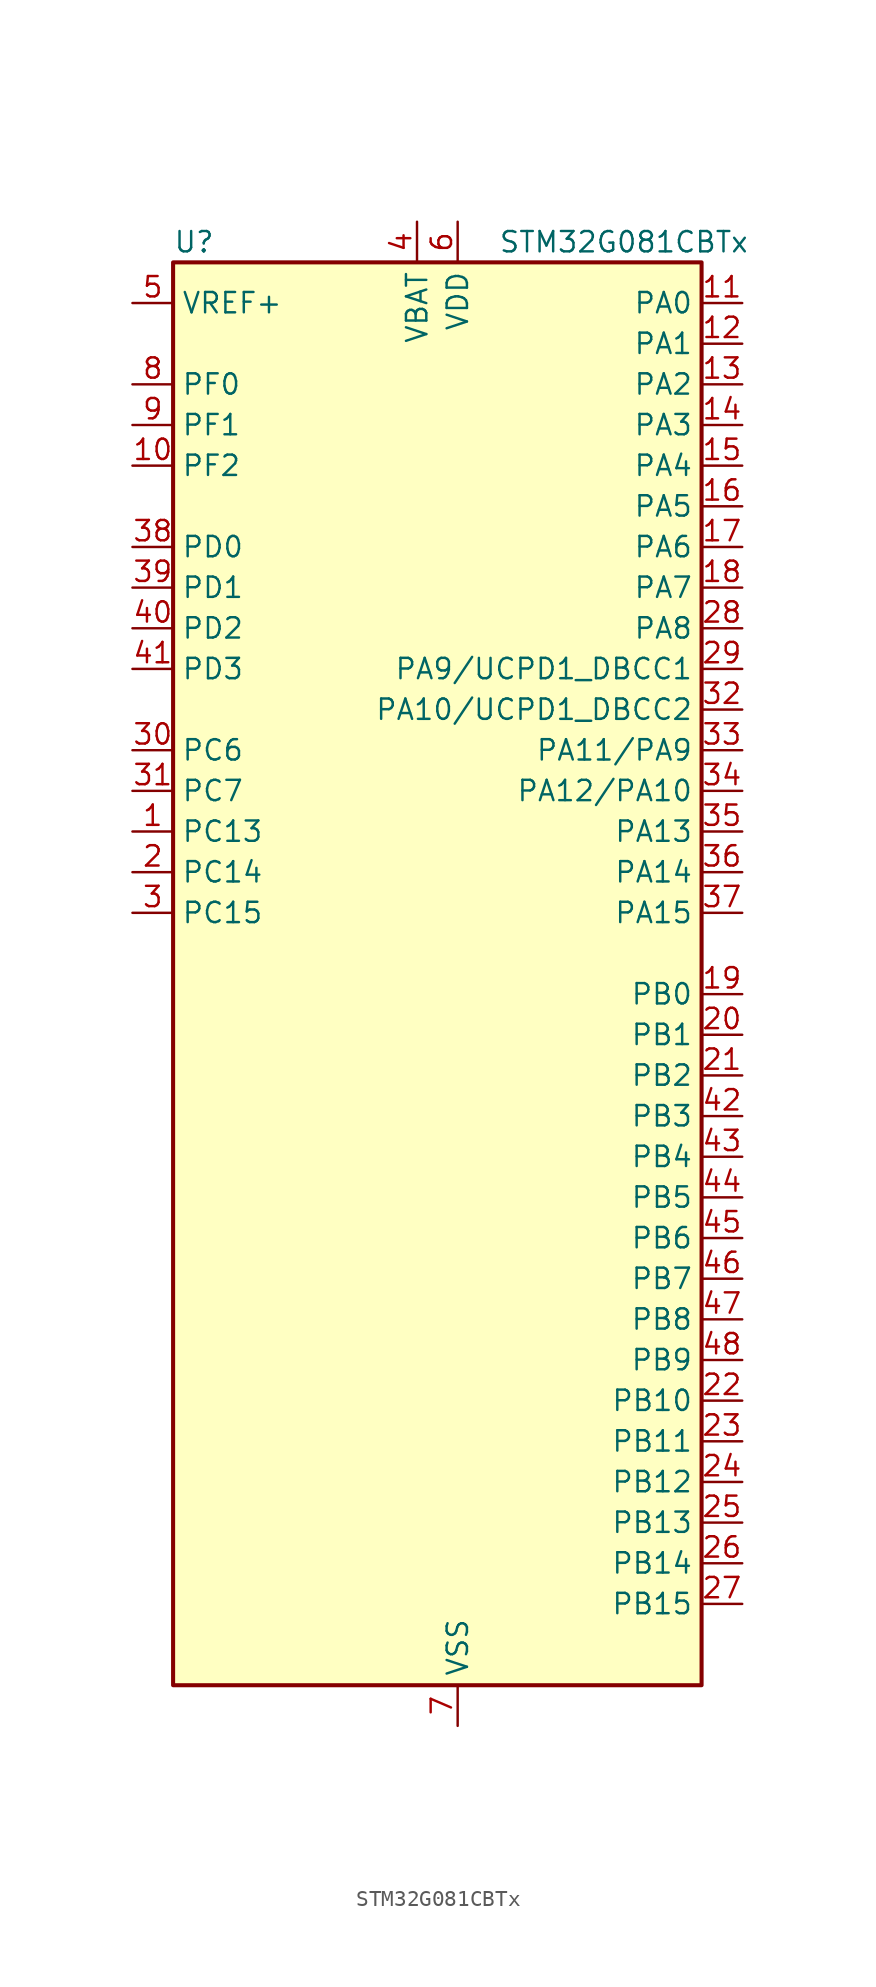
<source format=kicad_sym>
(kicad_symbol_lib
  (version 20220914)
  (generator kicad_symbol_editor)
  (symbol "STM32G081CBTx"
    (property "Reference" "U"
      (at -15.24 46.99 0)
      (effects (font (size 1.27 1.27)) (justify left)))
    (property "Value" "STM32G081CBTx"
      (at 5.08 46.99 0)
      (effects (font (size 1.27 1.27)) (justify left)))
    (property "ki_locked" ""
      (at 0 0 0)
      (effects (font (size 1.27 1.27))))
    (symbol "STM32G081CBTx_0_1"
      (rectangle (start -15.24 -43.18) (end 17.78 45.72) (stroke (width 0.254) (type default)) (fill (type background))))
    (symbol "STM32G081CBTx_1_1"
      (pin bidirectional line (at -17.78 10.16 0) (length 2.54) (name "PC13" (effects (font (size 1.27 1.27)))) (number "1" (effects (font (size 1.27 1.27)))) (alternate "RTC_OUT_ALARM" bidirectional line) (alternate "RTC_OUT_CALIB" bidirectional line) (alternate "RTC_TAMP_IN1" bidirectional line) (alternate "RTC_TS" bidirectional line) (alternate "SYS_WKUP2" bidirectional line) (alternate "TIM1_BK" bidirectional line))
      (pin bidirectional line (at -17.78 33.02 0) (length 2.54) (name "PF2" (effects (font (size 1.27 1.27)))) (number "10" (effects (font (size 1.27 1.27)))) (alternate "RCC_MCO" bidirectional line))
      (pin bidirectional line (at 20.32 43.18 180) (length 2.54) (name "PA0" (effects (font (size 1.27 1.27)))) (number "11" (effects (font (size 1.27 1.27)))) (alternate "ADC1_IN0" bidirectional line) (alternate "COMP1_INM" bidirectional line) (alternate "COMP1_OUT" bidirectional line) (alternate "LPTIM1_OUT" bidirectional line) (alternate "RTC_TAMP_IN2" bidirectional line) (alternate "SPI2_SCK" bidirectional line) (alternate "SYS_WKUP1" bidirectional line) (alternate "TIM2_CH1" bidirectional line) (alternate "TIM2_ETR" bidirectional line) (alternate "UCPD2_FRSTX1" bidirectional line) (alternate "UCPD2_FRSTX2" bidirectional line) (alternate "USART2_CTS" bidirectional line) (alternate "USART2_NSS" bidirectional line) (alternate "USART4_TX" bidirectional line))
      (pin bidirectional line (at 20.32 40.64 180) (length 2.54) (name "PA1" (effects (font (size 1.27 1.27)))) (number "12" (effects (font (size 1.27 1.27)))) (alternate "ADC1_IN1" bidirectional line) (alternate "COMP1_INP" bidirectional line) (alternate "I2C1_SMBA" bidirectional line) (alternate "I2S1_CK" bidirectional line) (alternate "SPI1_SCK" bidirectional line) (alternate "TIM15_CH1N" bidirectional line) (alternate "TIM2_CH2" bidirectional line) (alternate "USART2_CK" bidirectional line) (alternate "USART2_DE" bidirectional line) (alternate "USART2_RTS" bidirectional line) (alternate "USART4_RX" bidirectional line))
      (pin bidirectional line (at 20.32 38.1 180) (length 2.54) (name "PA2" (effects (font (size 1.27 1.27)))) (number "13" (effects (font (size 1.27 1.27)))) (alternate "ADC1_IN2" bidirectional line) (alternate "COMP2_INM" bidirectional line) (alternate "COMP2_OUT" bidirectional line) (alternate "I2S1_SD" bidirectional line) (alternate "LPUART1_TX" bidirectional line) (alternate "RCC_LSCO" bidirectional line) (alternate "SPI1_MOSI" bidirectional line) (alternate "SYS_WKUP4" bidirectional line) (alternate "TIM15_CH1" bidirectional line) (alternate "TIM2_CH3" bidirectional line) (alternate "UCPD1_FRSTX1" bidirectional line) (alternate "UCPD1_FRSTX2" bidirectional line) (alternate "USART2_TX" bidirectional line))
      (pin bidirectional line (at 20.32 35.56 180) (length 2.54) (name "PA3" (effects (font (size 1.27 1.27)))) (number "14" (effects (font (size 1.27 1.27)))) (alternate "ADC1_IN3" bidirectional line) (alternate "COMP2_INP" bidirectional line) (alternate "LPUART1_RX" bidirectional line) (alternate "SPI2_MISO" bidirectional line) (alternate "TIM15_CH2" bidirectional line) (alternate "TIM2_CH4" bidirectional line) (alternate "UCPD2_FRSTX1" bidirectional line) (alternate "UCPD2_FRSTX2" bidirectional line) (alternate "USART2_RX" bidirectional line))
      (pin bidirectional line (at 20.32 33.02 180) (length 2.54) (name "PA4" (effects (font (size 1.27 1.27)))) (number "15" (effects (font (size 1.27 1.27)))) (alternate "ADC1_IN4" bidirectional line) (alternate "DAC1_OUT1" bidirectional line) (alternate "I2S1_WS" bidirectional line) (alternate "LPTIM2_OUT" bidirectional line) (alternate "RTC_OUT_ALARM" bidirectional line) (alternate "RTC_OUT_CALIB" bidirectional line) (alternate "SPI1_NSS" bidirectional line) (alternate "SPI2_MOSI" bidirectional line) (alternate "TIM14_CH1" bidirectional line) (alternate "UCPD2_FRSTX1" bidirectional line) (alternate "UCPD2_FRSTX2" bidirectional line))
      (pin bidirectional line (at 20.32 30.48 180) (length 2.54) (name "PA5" (effects (font (size 1.27 1.27)))) (number "16" (effects (font (size 1.27 1.27)))) (alternate "ADC1_IN5" bidirectional line) (alternate "CEC" bidirectional line) (alternate "DAC1_OUT2" bidirectional line) (alternate "I2S1_CK" bidirectional line) (alternate "LPTIM2_ETR" bidirectional line) (alternate "SPI1_SCK" bidirectional line) (alternate "TIM2_CH1" bidirectional line) (alternate "TIM2_ETR" bidirectional line) (alternate "UCPD1_FRSTX1" bidirectional line) (alternate "UCPD1_FRSTX2" bidirectional line) (alternate "USART3_TX" bidirectional line))
      (pin bidirectional line (at 20.32 27.94 180) (length 2.54) (name "PA6" (effects (font (size 1.27 1.27)))) (number "17" (effects (font (size 1.27 1.27)))) (alternate "ADC1_IN6" bidirectional line) (alternate "COMP1_OUT" bidirectional line) (alternate "I2S1_MCK" bidirectional line) (alternate "LPUART1_CTS" bidirectional line) (alternate "SPI1_MISO" bidirectional line) (alternate "TIM16_CH1" bidirectional line) (alternate "TIM1_BK" bidirectional line) (alternate "TIM3_CH1" bidirectional line) (alternate "USART3_CTS" bidirectional line) (alternate "USART3_NSS" bidirectional line))
      (pin bidirectional line (at 20.32 25.4 180) (length 2.54) (name "PA7" (effects (font (size 1.27 1.27)))) (number "18" (effects (font (size 1.27 1.27)))) (alternate "ADC1_IN7" bidirectional line) (alternate "COMP2_OUT" bidirectional line) (alternate "I2S1_SD" bidirectional line) (alternate "SPI1_MOSI" bidirectional line) (alternate "TIM14_CH1" bidirectional line) (alternate "TIM17_CH1" bidirectional line) (alternate "TIM1_CH1N" bidirectional line) (alternate "TIM3_CH2" bidirectional line) (alternate "UCPD1_FRSTX1" bidirectional line) (alternate "UCPD1_FRSTX2" bidirectional line))
      (pin bidirectional line (at 20.32 0 180) (length 2.54) (name "PB0" (effects (font (size 1.27 1.27)))) (number "19" (effects (font (size 1.27 1.27)))) (alternate "ADC1_IN8" bidirectional line) (alternate "COMP1_OUT" bidirectional line) (alternate "I2S1_WS" bidirectional line) (alternate "LPTIM1_OUT" bidirectional line) (alternate "SPI1_NSS" bidirectional line) (alternate "TIM1_CH2N" bidirectional line) (alternate "TIM3_CH3" bidirectional line) (alternate "UCPD1_FRSTX1" bidirectional line) (alternate "UCPD1_FRSTX2" bidirectional line) (alternate "USART3_RX" bidirectional line))
      (pin bidirectional line (at -17.78 7.62 0) (length 2.54) (name "PC14" (effects (font (size 1.27 1.27)))) (number "2" (effects (font (size 1.27 1.27)))) (alternate "RCC_OSC32_IN" bidirectional line) (alternate "TIM1_BK2" bidirectional line))
      (pin bidirectional line (at 20.32 -2.54 180) (length 2.54) (name "PB1" (effects (font (size 1.27 1.27)))) (number "20" (effects (font (size 1.27 1.27)))) (alternate "ADC1_IN9" bidirectional line) (alternate "COMP1_INM" bidirectional line) (alternate "LPTIM2_IN1" bidirectional line) (alternate "LPUART1_DE" bidirectional line) (alternate "LPUART1_RTS" bidirectional line) (alternate "TIM14_CH1" bidirectional line) (alternate "TIM1_CH3N" bidirectional line) (alternate "TIM3_CH4" bidirectional line) (alternate "USART3_CK" bidirectional line) (alternate "USART3_DE" bidirectional line) (alternate "USART3_RTS" bidirectional line))
      (pin bidirectional line (at 20.32 -5.08 180) (length 2.54) (name "PB2" (effects (font (size 1.27 1.27)))) (number "21" (effects (font (size 1.27 1.27)))) (alternate "ADC1_IN10" bidirectional line) (alternate "COMP1_INP" bidirectional line) (alternate "LPTIM1_OUT" bidirectional line) (alternate "SPI2_MISO" bidirectional line) (alternate "USART3_TX" bidirectional line))
      (pin bidirectional line (at 20.32 -25.4 180) (length 2.54) (name "PB10" (effects (font (size 1.27 1.27)))) (number "22" (effects (font (size 1.27 1.27)))) (alternate "ADC1_IN11" bidirectional line) (alternate "CEC" bidirectional line) (alternate "COMP1_OUT" bidirectional line) (alternate "I2C2_SCL" bidirectional line) (alternate "LPUART1_RX" bidirectional line) (alternate "SPI2_SCK" bidirectional line) (alternate "TIM2_CH3" bidirectional line) (alternate "USART3_TX" bidirectional line))
      (pin bidirectional line (at 20.32 -27.94 180) (length 2.54) (name "PB11" (effects (font (size 1.27 1.27)))) (number "23" (effects (font (size 1.27 1.27)))) (alternate "ADC1_EXTI11" bidirectional line) (alternate "ADC1_IN15" bidirectional line) (alternate "COMP2_OUT" bidirectional line) (alternate "I2C2_SDA" bidirectional line) (alternate "LPUART1_TX" bidirectional line) (alternate "SPI2_MOSI" bidirectional line) (alternate "TIM2_CH4" bidirectional line) (alternate "USART3_RX" bidirectional line))
      (pin bidirectional line (at 20.32 -30.48 180) (length 2.54) (name "PB12" (effects (font (size 1.27 1.27)))) (number "24" (effects (font (size 1.27 1.27)))) (alternate "ADC1_IN16" bidirectional line) (alternate "LPUART1_DE" bidirectional line) (alternate "LPUART1_RTS" bidirectional line) (alternate "SPI2_NSS" bidirectional line) (alternate "TIM15_BK" bidirectional line) (alternate "TIM1_BK" bidirectional line) (alternate "UCPD2_FRSTX1" bidirectional line) (alternate "UCPD2_FRSTX2" bidirectional line))
      (pin bidirectional line (at 20.32 -33.02 180) (length 2.54) (name "PB13" (effects (font (size 1.27 1.27)))) (number "25" (effects (font (size 1.27 1.27)))) (alternate "I2C2_SCL" bidirectional line) (alternate "LPUART1_CTS" bidirectional line) (alternate "SPI2_SCK" bidirectional line) (alternate "TIM15_CH1N" bidirectional line) (alternate "TIM1_CH1N" bidirectional line) (alternate "USART3_CTS" bidirectional line) (alternate "USART3_NSS" bidirectional line))
      (pin bidirectional line (at 20.32 -35.56 180) (length 2.54) (name "PB14" (effects (font (size 1.27 1.27)))) (number "26" (effects (font (size 1.27 1.27)))) (alternate "I2C2_SDA" bidirectional line) (alternate "SPI2_MISO" bidirectional line) (alternate "TIM15_CH1" bidirectional line) (alternate "TIM1_CH2N" bidirectional line) (alternate "UCPD1_FRSTX1" bidirectional line) (alternate "UCPD1_FRSTX2" bidirectional line) (alternate "USART3_CK" bidirectional line) (alternate "USART3_DE" bidirectional line) (alternate "USART3_RTS" bidirectional line))
      (pin bidirectional line (at 20.32 -38.1 180) (length 2.54) (name "PB15" (effects (font (size 1.27 1.27)))) (number "27" (effects (font (size 1.27 1.27)))) (alternate "RTC_REFIN" bidirectional line) (alternate "SPI2_MOSI" bidirectional line) (alternate "TIM15_CH1N" bidirectional line) (alternate "TIM15_CH2" bidirectional line) (alternate "TIM1_CH3N" bidirectional line) (alternate "UCPD1_CC2" bidirectional line))
      (pin bidirectional line (at 20.32 22.86 180) (length 2.54) (name "PA8" (effects (font (size 1.27 1.27)))) (number "28" (effects (font (size 1.27 1.27)))) (alternate "LPTIM2_OUT" bidirectional line) (alternate "RCC_MCO" bidirectional line) (alternate "SPI2_NSS" bidirectional line) (alternate "TIM1_CH1" bidirectional line) (alternate "UCPD1_CC1" bidirectional line))
      (pin bidirectional line (at 20.32 20.32 180) (length 2.54) (name "PA9/UCPD1_DBCC1" (effects (font (size 1.27 1.27)))) (number "29" (effects (font (size 1.27 1.27)))) (alternate "DAC1_EXTI9" bidirectional line) (alternate "I2C1_SCL" bidirectional line) (alternate "RCC_MCO" bidirectional line) (alternate "SPI2_MISO" bidirectional line) (alternate "TIM15_BK" bidirectional line) (alternate "TIM1_CH2" bidirectional line) (alternate "UCPD1_DBCC1" bidirectional line) (alternate "USART1_TX" bidirectional line))
      (pin bidirectional line (at -17.78 5.08 0) (length 2.54) (name "PC15" (effects (font (size 1.27 1.27)))) (number "3" (effects (font (size 1.27 1.27)))) (alternate "RCC_OSC32_EN" bidirectional line) (alternate "RCC_OSC32_OUT" bidirectional line) (alternate "RCC_OSC_EN" bidirectional line) (alternate "TIM15_BK" bidirectional line))
      (pin bidirectional line (at -17.78 15.24 0) (length 2.54) (name "PC6" (effects (font (size 1.27 1.27)))) (number "30" (effects (font (size 1.27 1.27)))) (alternate "TIM2_CH3" bidirectional line) (alternate "TIM3_CH1" bidirectional line) (alternate "UCPD1_FRSTX1" bidirectional line) (alternate "UCPD1_FRSTX2" bidirectional line))
      (pin bidirectional line (at -17.78 12.7 0) (length 2.54) (name "PC7" (effects (font (size 1.27 1.27)))) (number "31" (effects (font (size 1.27 1.27)))) (alternate "TIM2_CH4" bidirectional line) (alternate "TIM3_CH2" bidirectional line) (alternate "UCPD2_FRSTX1" bidirectional line) (alternate "UCPD2_FRSTX2" bidirectional line))
      (pin bidirectional line (at 20.32 17.78 180) (length 2.54) (name "PA10/UCPD1_DBCC2" (effects (font (size 1.27 1.27)))) (number "32" (effects (font (size 1.27 1.27)))) (alternate "I2C1_SDA" bidirectional line) (alternate "SPI2_MOSI" bidirectional line) (alternate "TIM17_BK" bidirectional line) (alternate "TIM1_CH3" bidirectional line) (alternate "UCPD1_DBCC2" bidirectional line) (alternate "USART1_RX" bidirectional line))
      (pin bidirectional line (at 20.32 15.24 180) (length 2.54) (name "PA11/PA9" (effects (font (size 1.27 1.27)))) (number "33" (effects (font (size 1.27 1.27)))) (alternate "ADC1_EXTI11" bidirectional line) (alternate "COMP1_OUT" bidirectional line) (alternate "I2C2_SCL" bidirectional line) (alternate "I2S1_MCK" bidirectional line) (alternate "SPI1_MISO" bidirectional line) (alternate "TIM1_BK2" bidirectional line) (alternate "TIM1_CH4" bidirectional line) (alternate "USART1_CTS" bidirectional line) (alternate "USART1_NSS" bidirectional line))
      (pin bidirectional line (at 20.32 12.7 180) (length 2.54) (name "PA12/PA10" (effects (font (size 1.27 1.27)))) (number "34" (effects (font (size 1.27 1.27)))) (alternate "COMP2_OUT" bidirectional line) (alternate "I2C2_SDA" bidirectional line) (alternate "I2S1_SD" bidirectional line) (alternate "I2S_CKIN" bidirectional line) (alternate "SPI1_MOSI" bidirectional line) (alternate "TIM1_ETR" bidirectional line) (alternate "USART1_CK" bidirectional line) (alternate "USART1_DE" bidirectional line) (alternate "USART1_RTS" bidirectional line))
      (pin bidirectional line (at 20.32 10.16 180) (length 2.54) (name "PA13" (effects (font (size 1.27 1.27)))) (number "35" (effects (font (size 1.27 1.27)))) (alternate "IR_OUT" bidirectional line) (alternate "SYS_SWDIO" bidirectional line))
      (pin bidirectional line (at 20.32 7.62 180) (length 2.54) (name "PA14" (effects (font (size 1.27 1.27)))) (number "36" (effects (font (size 1.27 1.27)))) (alternate "SYS_SWCLK" bidirectional line) (alternate "USART2_TX" bidirectional line))
      (pin bidirectional line (at 20.32 5.08 180) (length 2.54) (name "PA15" (effects (font (size 1.27 1.27)))) (number "37" (effects (font (size 1.27 1.27)))) (alternate "I2S1_WS" bidirectional line) (alternate "SPI1_NSS" bidirectional line) (alternate "TIM2_CH1" bidirectional line) (alternate "TIM2_ETR" bidirectional line) (alternate "USART2_RX" bidirectional line) (alternate "USART3_CK" bidirectional line) (alternate "USART3_DE" bidirectional line) (alternate "USART3_RTS" bidirectional line) (alternate "USART4_CK" bidirectional line) (alternate "USART4_DE" bidirectional line) (alternate "USART4_RTS" bidirectional line))
      (pin bidirectional line (at -17.78 27.94 0) (length 2.54) (name "PD0" (effects (font (size 1.27 1.27)))) (number "38" (effects (font (size 1.27 1.27)))) (alternate "SPI2_NSS" bidirectional line) (alternate "TIM16_CH1" bidirectional line) (alternate "UCPD2_CC1" bidirectional line))
      (pin bidirectional line (at -17.78 25.4 0) (length 2.54) (name "PD1" (effects (font (size 1.27 1.27)))) (number "39" (effects (font (size 1.27 1.27)))) (alternate "SPI2_SCK" bidirectional line) (alternate "TIM17_CH1" bidirectional line) (alternate "UCPD2_DBCC1" bidirectional line))
      (pin power_in line (at 0 48.26 270) (length 2.54) (name "VBAT" (effects (font (size 1.27 1.27)))) (number "4" (effects (font (size 1.27 1.27)))))
      (pin bidirectional line (at -17.78 22.86 0) (length 2.54) (name "PD2" (effects (font (size 1.27 1.27)))) (number "40" (effects (font (size 1.27 1.27)))) (alternate "TIM1_CH1N" bidirectional line) (alternate "TIM3_ETR" bidirectional line) (alternate "UCPD2_CC2" bidirectional line) (alternate "USART3_CK" bidirectional line) (alternate "USART3_DE" bidirectional line) (alternate "USART3_RTS" bidirectional line))
      (pin bidirectional line (at -17.78 20.32 0) (length 2.54) (name "PD3" (effects (font (size 1.27 1.27)))) (number "41" (effects (font (size 1.27 1.27)))) (alternate "SPI2_MISO" bidirectional line) (alternate "TIM1_CH2N" bidirectional line) (alternate "UCPD2_DBCC2" bidirectional line) (alternate "USART2_CTS" bidirectional line) (alternate "USART2_NSS" bidirectional line))
      (pin bidirectional line (at 20.32 -7.62 180) (length 2.54) (name "PB3" (effects (font (size 1.27 1.27)))) (number "42" (effects (font (size 1.27 1.27)))) (alternate "COMP2_INM" bidirectional line) (alternate "I2S1_CK" bidirectional line) (alternate "SPI1_SCK" bidirectional line) (alternate "TIM1_CH2" bidirectional line) (alternate "TIM2_CH2" bidirectional line) (alternate "USART1_CK" bidirectional line) (alternate "USART1_DE" bidirectional line) (alternate "USART1_RTS" bidirectional line))
      (pin bidirectional line (at 20.32 -10.16 180) (length 2.54) (name "PB4" (effects (font (size 1.27 1.27)))) (number "43" (effects (font (size 1.27 1.27)))) (alternate "COMP2_INP" bidirectional line) (alternate "I2S1_MCK" bidirectional line) (alternate "SPI1_MISO" bidirectional line) (alternate "TIM17_BK" bidirectional line) (alternate "TIM3_CH1" bidirectional line) (alternate "USART1_CTS" bidirectional line) (alternate "USART1_NSS" bidirectional line))
      (pin bidirectional line (at 20.32 -12.7 180) (length 2.54) (name "PB5" (effects (font (size 1.27 1.27)))) (number "44" (effects (font (size 1.27 1.27)))) (alternate "COMP2_OUT" bidirectional line) (alternate "I2C1_SMBA" bidirectional line) (alternate "I2S1_SD" bidirectional line) (alternate "LPTIM1_IN1" bidirectional line) (alternate "SPI1_MOSI" bidirectional line) (alternate "SYS_WKUP6" bidirectional line) (alternate "TIM16_BK" bidirectional line) (alternate "TIM3_CH2" bidirectional line))
      (pin bidirectional line (at 20.32 -15.24 180) (length 2.54) (name "PB6" (effects (font (size 1.27 1.27)))) (number "45" (effects (font (size 1.27 1.27)))) (alternate "COMP2_INP" bidirectional line) (alternate "I2C1_SCL" bidirectional line) (alternate "LPTIM1_ETR" bidirectional line) (alternate "SPI2_MISO" bidirectional line) (alternate "TIM16_CH1N" bidirectional line) (alternate "TIM1_CH3" bidirectional line) (alternate "USART1_TX" bidirectional line))
      (pin bidirectional line (at 20.32 -17.78 180) (length 2.54) (name "PB7" (effects (font (size 1.27 1.27)))) (number "46" (effects (font (size 1.27 1.27)))) (alternate "COMP2_INM" bidirectional line) (alternate "I2C1_SDA" bidirectional line) (alternate "LPTIM1_IN2" bidirectional line) (alternate "SPI2_MOSI" bidirectional line) (alternate "SYS_PVD_IN" bidirectional line) (alternate "TIM17_CH1N" bidirectional line) (alternate "USART1_RX" bidirectional line) (alternate "USART4_CTS" bidirectional line) (alternate "USART4_NSS" bidirectional line))
      (pin bidirectional line (at 20.32 -20.32 180) (length 2.54) (name "PB8" (effects (font (size 1.27 1.27)))) (number "47" (effects (font (size 1.27 1.27)))) (alternate "CEC" bidirectional line) (alternate "I2C1_SCL" bidirectional line) (alternate "SPI2_SCK" bidirectional line) (alternate "TIM15_BK" bidirectional line) (alternate "TIM16_CH1" bidirectional line) (alternate "USART3_TX" bidirectional line))
      (pin bidirectional line (at 20.32 -22.86 180) (length 2.54) (name "PB9" (effects (font (size 1.27 1.27)))) (number "48" (effects (font (size 1.27 1.27)))) (alternate "DAC1_EXTI9" bidirectional line) (alternate "I2C1_SDA" bidirectional line) (alternate "IR_OUT" bidirectional line) (alternate "SPI2_NSS" bidirectional line) (alternate "TIM17_CH1" bidirectional line) (alternate "UCPD2_FRSTX1" bidirectional line) (alternate "UCPD2_FRSTX2" bidirectional line) (alternate "USART3_RX" bidirectional line))
      (pin input line (at -17.78 43.18 0) (length 2.54) (name "VREF+" (effects (font (size 1.27 1.27)))) (number "5" (effects (font (size 1.27 1.27)))) (alternate "VREFBUF_OUT" bidirectional line))
      (pin power_in line (at 2.54 48.26 270) (length 2.54) (name "VDD" (effects (font (size 1.27 1.27)))) (number "6" (effects (font (size 1.27 1.27)))))
      (pin power_in line (at 2.54 -45.72 90) (length 2.54) (name "VSS" (effects (font (size 1.27 1.27)))) (number "7" (effects (font (size 1.27 1.27)))))
      (pin bidirectional line (at -17.78 38.1 0) (length 2.54) (name "PF0" (effects (font (size 1.27 1.27)))) (number "8" (effects (font (size 1.27 1.27)))) (alternate "RCC_OSC_IN" bidirectional line) (alternate "TIM14_CH1" bidirectional line))
      (pin bidirectional line (at -17.78 35.56 0) (length 2.54) (name "PF1" (effects (font (size 1.27 1.27)))) (number "9" (effects (font (size 1.27 1.27)))) (alternate "RCC_OSC_EN" bidirectional line) (alternate "RCC_OSC_OUT" bidirectional line) (alternate "TIM15_CH1N" bidirectional line)))))
</source>
